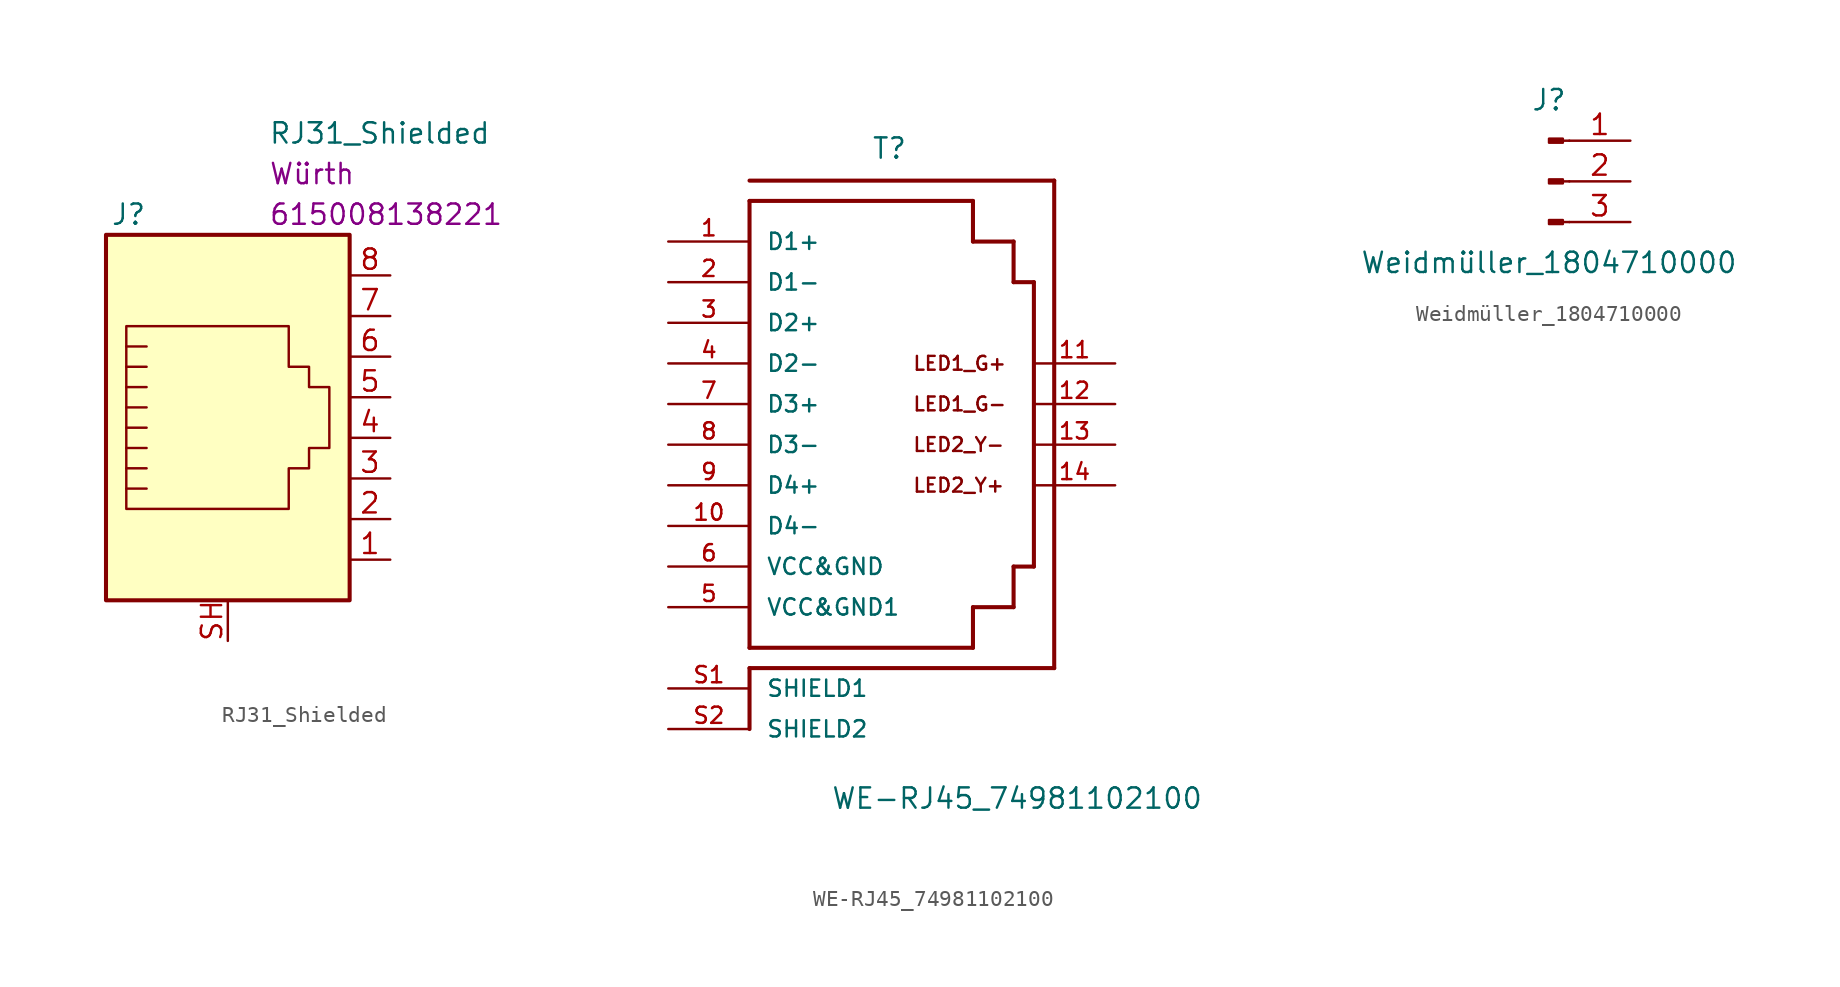
<source format=kicad_sym>
(kicad_symbol_lib
  (version 20211014)
  (generator kicad_symbol_editor)
  (symbol "RJ31_Shielded"
    (pin_names
      (offset 1.016))
    (property "Reference" "J"
      (at -5.08 13.97 0)
      (effects (font (size 1.27 1.27)) (justify right)))
    (property "Value" "RJ31_Shielded"
      (at 2.54 19.05 0)
      (effects (font (size 1.27 1.27)) (justify left)))
    (property "Manufacturer" "Würth"
      (at 2.54 16.51 0)
      (effects (font (size 1.27 1.27)) (justify left)))
    (property "Manufacturer Part Number" "615008138221"
      (at 2.54 13.97 0)
      (effects (font (size 1.27 1.27)) (justify left)))
    (symbol "RJ31_Shielded_0_1"
      (polyline (pts (xy -5.08 4.445) (xy -6.35 4.445)) (stroke (width 0) (type default) (color 0 0 0 0)) (fill (type none)))
      (polyline (pts (xy -5.08 5.715) (xy -6.35 5.715)) (stroke (width 0) (type default) (color 0 0 0 0)) (fill (type none)))
      (polyline (pts (xy -6.35 -3.175) (xy -5.08 -3.175) (xy -5.08 -3.175)) (stroke (width 0) (type default) (color 0 0 0 0)) (fill (type none)))
      (polyline (pts (xy -6.35 -1.905) (xy -5.08 -1.905) (xy -5.08 -1.905)) (stroke (width 0) (type default) (color 0 0 0 0)) (fill (type none)))
      (polyline (pts (xy -6.35 -0.635) (xy -5.08 -0.635) (xy -5.08 -0.635)) (stroke (width 0) (type default) (color 0 0 0 0)) (fill (type none)))
      (polyline (pts (xy -6.35 0.635) (xy -5.08 0.635) (xy -5.08 0.635)) (stroke (width 0) (type default) (color 0 0 0 0)) (fill (type none)))
      (polyline (pts (xy -6.35 1.905) (xy -5.08 1.905) (xy -5.08 1.905)) (stroke (width 0) (type default) (color 0 0 0 0)) (fill (type none)))
      (polyline (pts (xy -5.08 3.175) (xy -6.35 3.175) (xy -6.35 3.175)) (stroke (width 0) (type default) (color 0 0 0 0)) (fill (type none)))
      (polyline (pts (xy -6.35 -4.445) (xy -6.35 6.985) (xy 3.81 6.985) (xy 3.81 4.445) (xy 5.08 4.445) (xy 5.08 3.175) (xy 6.35 3.175) (xy 6.35 -0.635) (xy 5.08 -0.635) (xy 5.08 -1.905) (xy 3.81 -1.905) (xy 3.81 -4.445) (xy -6.35 -4.445) (xy -6.35 -4.445)) (stroke (width 0) (type default) (color 0 0 0 0)) (fill (type none)))
      (rectangle (start 7.62 12.7) (end -7.62 -10.16) (stroke (width 0.254) (type default) (color 0 0 0 0)) (fill (type background))))
    (symbol "RJ31_Shielded_1_1"
      (pin passive line (at 10.16 -7.62 180) (length 2.54) (name "~" (effects (font (size 1.27 1.27)))) (number "1" (effects (font (size 1.27 1.27)))))
      (pin passive line (at 10.16 -5.08 180) (length 2.54) (name "~" (effects (font (size 1.27 1.27)))) (number "2" (effects (font (size 1.27 1.27)))))
      (pin passive line (at 10.16 -2.54 180) (length 2.54) (name "~" (effects (font (size 1.27 1.27)))) (number "3" (effects (font (size 1.27 1.27)))))
      (pin passive line (at 10.16 0 180) (length 2.54) (name "~" (effects (font (size 1.27 1.27)))) (number "4" (effects (font (size 1.27 1.27)))))
      (pin passive line (at 10.16 2.54 180) (length 2.54) (name "~" (effects (font (size 1.27 1.27)))) (number "5" (effects (font (size 1.27 1.27)))))
      (pin passive line (at 10.16 5.08 180) (length 2.54) (name "~" (effects (font (size 1.27 1.27)))) (number "6" (effects (font (size 1.27 1.27)))))
      (pin passive line (at 10.16 7.62 180) (length 2.54) (name "~" (effects (font (size 1.27 1.27)))) (number "7" (effects (font (size 1.27 1.27)))))
      (pin passive line (at 10.16 10.16 180) (length 2.54) (name "~" (effects (font (size 1.27 1.27)))) (number "8" (effects (font (size 1.27 1.27)))))
      (pin passive line (at 0 -12.7 90) (length 2.54) (name "~" (effects (font (size 1.27 1.27)))) (number "SH" (effects (font (size 1.27 1.27)))))))
  (symbol "WE-RJ45_74981102100"
    (pin_names
      (offset 1.016))
    (property "Reference" "T"
      (at 0 17.78 0)
      (effects (font (size 1.27 1.27)) (justify left bottom)))
    (property "Value" "WE-RJ45_74981102100"
      (at -2.54 -22.86 0)
      (effects (font (size 1.27 1.27)) (justify left bottom)))
    (property "ki_locked" ""
      (at 0 0 0)
      (effects (font (size 1.27 1.27))))
    (symbol "WE-RJ45_74981102100_0_0"
      (polyline (pts (xy -7.62 -13.97) (xy -7.62 -17.78)) (stroke (width 0.254) (type default) (color 0 0 0 0)) (fill (type none)))
      (polyline (pts (xy -7.62 -12.7) (xy -7.62 15.24)) (stroke (width 0.254) (type default) (color 0 0 0 0)) (fill (type none)))
      (polyline (pts (xy -7.62 15.24) (xy 6.35 15.24)) (stroke (width 0.254) (type default) (color 0 0 0 0)) (fill (type none)))
      (polyline (pts (xy -7.62 16.51) (xy 11.43 16.51)) (stroke (width 0.254) (type default) (color 0 0 0 0)) (fill (type none)))
      (polyline (pts (xy 6.35 -12.7) (xy -7.62 -12.7)) (stroke (width 0.254) (type default) (color 0 0 0 0)) (fill (type none)))
      (polyline (pts (xy 6.35 -12.7) (xy 6.35 -10.16)) (stroke (width 0.254) (type default) (color 0 0 0 0)) (fill (type none)))
      (polyline (pts (xy 6.35 -10.16) (xy 8.89 -10.16)) (stroke (width 0.254) (type default) (color 0 0 0 0)) (fill (type none)))
      (polyline (pts (xy 6.35 12.7) (xy 8.89 12.7)) (stroke (width 0.254) (type default) (color 0 0 0 0)) (fill (type none)))
      (polyline (pts (xy 6.35 15.24) (xy 6.35 12.7)) (stroke (width 0.254) (type default) (color 0 0 0 0)) (fill (type none)))
      (polyline (pts (xy 8.89 -10.16) (xy 8.89 -7.62)) (stroke (width 0.254) (type default) (color 0 0 0 0)) (fill (type none)))
      (polyline (pts (xy 8.89 -7.62) (xy 10.16 -7.62)) (stroke (width 0.254) (type default) (color 0 0 0 0)) (fill (type none)))
      (polyline (pts (xy 8.89 10.16) (xy 10.16 10.16)) (stroke (width 0.254) (type default) (color 0 0 0 0)) (fill (type none)))
      (polyline (pts (xy 8.89 12.7) (xy 8.89 10.16)) (stroke (width 0.254) (type default) (color 0 0 0 0)) (fill (type none)))
      (polyline (pts (xy 10.16 10.16) (xy 10.16 -7.62)) (stroke (width 0.254) (type default) (color 0 0 0 0)) (fill (type none)))
      (polyline (pts (xy 11.43 -13.97) (xy -7.62 -13.97)) (stroke (width 0.254) (type default) (color 0 0 0 0)) (fill (type none)))
      (polyline (pts (xy 11.43 16.51) (xy 11.43 -13.97)) (stroke (width 0.254) (type default) (color 0 0 0 0)) (fill (type none)))
      (text "LED1_G+" (at 2.54 5.08 0) (effects (font (size 0.864 0.864)) (justify left)))
      (text "LED1_G-" (at 2.54 2.54 0) (effects (font (size 0.864 0.864)) (justify left)))
      (text "LED2_Y+" (at 2.54 -2.54 0) (effects (font (size 0.864 0.864)) (justify left)))
      (text "LED2_Y-" (at 2.54 0 0) (effects (font (size 0.864 0.864)) (justify left)))
      (pin passive line (at -12.7 12.7 0) (length 5.08) (name "D1+" (effects (font (size 1.016 1.016)))) (number "1" (effects (font (size 1.016 1.016)))))
      (pin passive line (at -12.7 -5.08 0) (length 5.08) (name "D4-" (effects (font (size 1.016 1.016)))) (number "10" (effects (font (size 1.016 1.016)))))
      (pin passive line (at 15.24 5.08 180) (length 5.08) (name "~" (effects (font (size 1.016 1.016)))) (number "11" (effects (font (size 1.016 1.016)))))
      (pin passive line (at 15.24 2.54 180) (length 5.08) (name "~" (effects (font (size 1.016 1.016)))) (number "12" (effects (font (size 1.016 1.016)))))
      (pin passive line (at 15.24 0 180) (length 5.08) (name "~" (effects (font (size 1.016 1.016)))) (number "13" (effects (font (size 1.016 1.016)))))
      (pin passive line (at 15.24 -2.54 180) (length 5.08) (name "~" (effects (font (size 1.016 1.016)))) (number "14" (effects (font (size 1.016 1.016)))))
      (pin passive line (at -12.7 10.16 0) (length 5.08) (name "D1-" (effects (font (size 1.016 1.016)))) (number "2" (effects (font (size 1.016 1.016)))))
      (pin passive line (at -12.7 7.62 0) (length 5.08) (name "D2+" (effects (font (size 1.016 1.016)))) (number "3" (effects (font (size 1.016 1.016)))))
      (pin passive line (at -12.7 5.08 0) (length 5.08) (name "D2-" (effects (font (size 1.016 1.016)))) (number "4" (effects (font (size 1.016 1.016)))))
      (pin passive line (at -12.7 -10.16 0) (length 5.08) (name "VCC&GND1" (effects (font (size 1.016 1.016)))) (number "5" (effects (font (size 1.016 1.016)))))
      (pin passive line (at -12.7 -7.62 0) (length 5.08) (name "VCC&GND" (effects (font (size 1.016 1.016)))) (number "6" (effects (font (size 1.016 1.016)))))
      (pin passive line (at -12.7 2.54 0) (length 5.08) (name "D3+" (effects (font (size 1.016 1.016)))) (number "7" (effects (font (size 1.016 1.016)))))
      (pin passive line (at -12.7 0 0) (length 5.08) (name "D3-" (effects (font (size 1.016 1.016)))) (number "8" (effects (font (size 1.016 1.016)))))
      (pin passive line (at -12.7 -2.54 0) (length 5.08) (name "D4+" (effects (font (size 1.016 1.016)))) (number "9" (effects (font (size 1.016 1.016)))))
      (pin passive line (at -12.7 -15.24 0) (length 5.08) (name "SHIELD1" (effects (font (size 1.016 1.016)))) (number "S1" (effects (font (size 1.016 1.016)))))
      (pin passive line (at -12.7 -17.78 0) (length 5.08) (name "SHIELD2" (effects (font (size 1.016 1.016)))) (number "S2" (effects (font (size 1.016 1.016)))))))
  (symbol "Weidmüller_1804710000"
    (pin_names
      (offset 1.016) hide)
    (property "Reference" "J"
      (at 0 5.08 0)
      (effects (font (size 1.27 1.27))))
    (property "Value" "Weidmüller_1804710000"
      (at 0 -5.08 0)
      (effects (font (size 1.27 1.27))))
    (symbol "Weidmüller_1804710000_1_1"
      (polyline (pts (xy 1.27 -2.54) (xy 0.864 -2.54)) (stroke (width 0.152) (type default) (color 0 0 0 0)) (fill (type none)))
      (polyline (pts (xy 1.27 0) (xy 0.864 0)) (stroke (width 0.152) (type default) (color 0 0 0 0)) (fill (type none)))
      (polyline (pts (xy 1.27 2.54) (xy 0.864 2.54)) (stroke (width 0.152) (type default) (color 0 0 0 0)) (fill (type none)))
      (rectangle (start 0.864 -2.413) (end 0 -2.667) (stroke (width 0.152) (type default) (color 0 0 0 0)) (fill (type outline)))
      (rectangle (start 0.864 0.127) (end 0 -0.127) (stroke (width 0.152) (type default) (color 0 0 0 0)) (fill (type outline)))
      (rectangle (start 0.864 2.667) (end 0 2.413) (stroke (width 0.152) (type default) (color 0 0 0 0)) (fill (type outline)))
      (pin passive line (at 5.08 2.54 180) (length 3.81) (name "Pin_1" (effects (font (size 1.27 1.27)))) (number "1" (effects (font (size 1.27 1.27)))))
      (pin passive line (at 5.08 0 180) (length 3.81) (name "Pin_2" (effects (font (size 1.27 1.27)))) (number "2" (effects (font (size 1.27 1.27)))))
      (pin passive line (at 5.08 -2.54 180) (length 3.81) (name "Pin_3" (effects (font (size 1.27 1.27)))) (number "3" (effects (font (size 1.27 1.27))))))))
</source>
